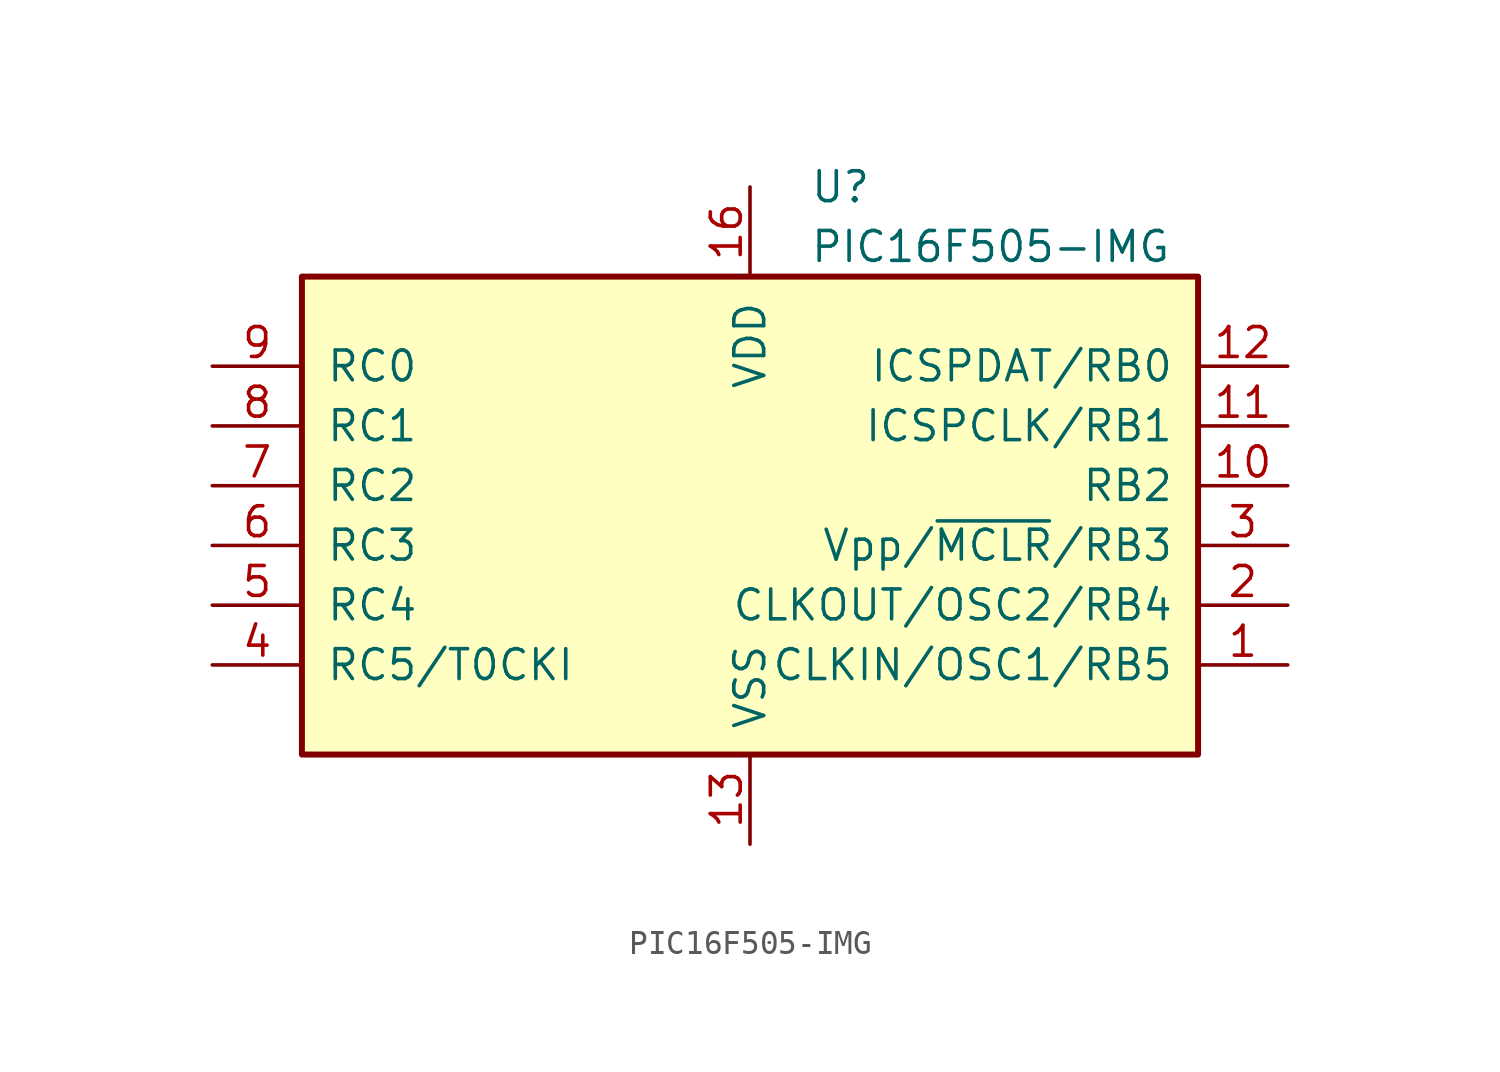
<source format=kicad_sym>
(kicad_symbol_lib
  (version 20201005)
  (generator kicad_symbol_editor)
  (symbol "PIC16F505-IMG"
    (pin_names
      (offset 1.016))
    (property "Reference" "U"
      (at 2.54 12.7 0)
      (effects (font (size 1.27 1.27)) (justify left)))
    (property "Value" "PIC16F505-IMG"
      (at 2.54 10.16 0)
      (effects (font (size 1.27 1.27)) (justify left)))
    (symbol "PIC16F505-IMG_0_1"
      (rectangle (start -19.05 8.89) (end 19.05 -11.43) (stroke (width 0.254)) (fill (type background))))
    (symbol "PIC16F505-IMG_1_1"
      (pin bidirectional line (at 22.86 -7.62 180) (length 3.81) (name "CLKIN/OSC1/RB5" (effects (font (size 1.27 1.27)))) (number "1" (effects (font (size 1.27 1.27)))))
      (pin bidirectional line (at 22.86 0 180) (length 3.81) (name "RB2" (effects (font (size 1.27 1.27)))) (number "10" (effects (font (size 1.27 1.27)))))
      (pin bidirectional line (at 22.86 2.54 180) (length 3.81) (name "ICSPCLK/RB1" (effects (font (size 1.27 1.27)))) (number "11" (effects (font (size 1.27 1.27)))))
      (pin bidirectional line (at 22.86 5.08 180) (length 3.81) (name "ICSPDAT/RB0" (effects (font (size 1.27 1.27)))) (number "12" (effects (font (size 1.27 1.27)))))
      (pin power_in line (at 0 -15.24 90) (length 3.81) (name "VSS" (effects (font (size 1.27 1.27)))) (number "13" (effects (font (size 1.27 1.27)))))
      (pin power_in line (at 0 12.7 270) (length 3.81) (name "VDD" (effects (font (size 1.27 1.27)))) (number "16" (effects (font (size 1.27 1.27)))))
      (pin bidirectional line (at 22.86 -5.08 180) (length 3.81) (name "CLKOUT/OSC2/RB4" (effects (font (size 1.27 1.27)))) (number "2" (effects (font (size 1.27 1.27)))))
      (pin input line (at 22.86 -2.54 180) (length 3.81) (name "Vpp/~MCLR~/RB3" (effects (font (size 1.27 1.27)))) (number "3" (effects (font (size 1.27 1.27)))))
      (pin bidirectional line (at -22.86 -7.62 0) (length 3.81) (name "RC5/T0CKI" (effects (font (size 1.27 1.27)))) (number "4" (effects (font (size 1.27 1.27)))))
      (pin bidirectional line (at -22.86 -5.08 0) (length 3.81) (name "RC4" (effects (font (size 1.27 1.27)))) (number "5" (effects (font (size 1.27 1.27)))))
      (pin bidirectional line (at -22.86 -2.54 0) (length 3.81) (name "RC3" (effects (font (size 1.27 1.27)))) (number "6" (effects (font (size 1.27 1.27)))))
      (pin bidirectional line (at -22.86 0 0) (length 3.81) (name "RC2" (effects (font (size 1.27 1.27)))) (number "7" (effects (font (size 1.27 1.27)))))
      (pin bidirectional line (at -22.86 2.54 0) (length 3.81) (name "RC1" (effects (font (size 1.27 1.27)))) (number "8" (effects (font (size 1.27 1.27)))))
      (pin bidirectional line (at -22.86 5.08 0) (length 3.81) (name "RC0" (effects (font (size 1.27 1.27)))) (number "9" (effects (font (size 1.27 1.27))))))))
</source>
